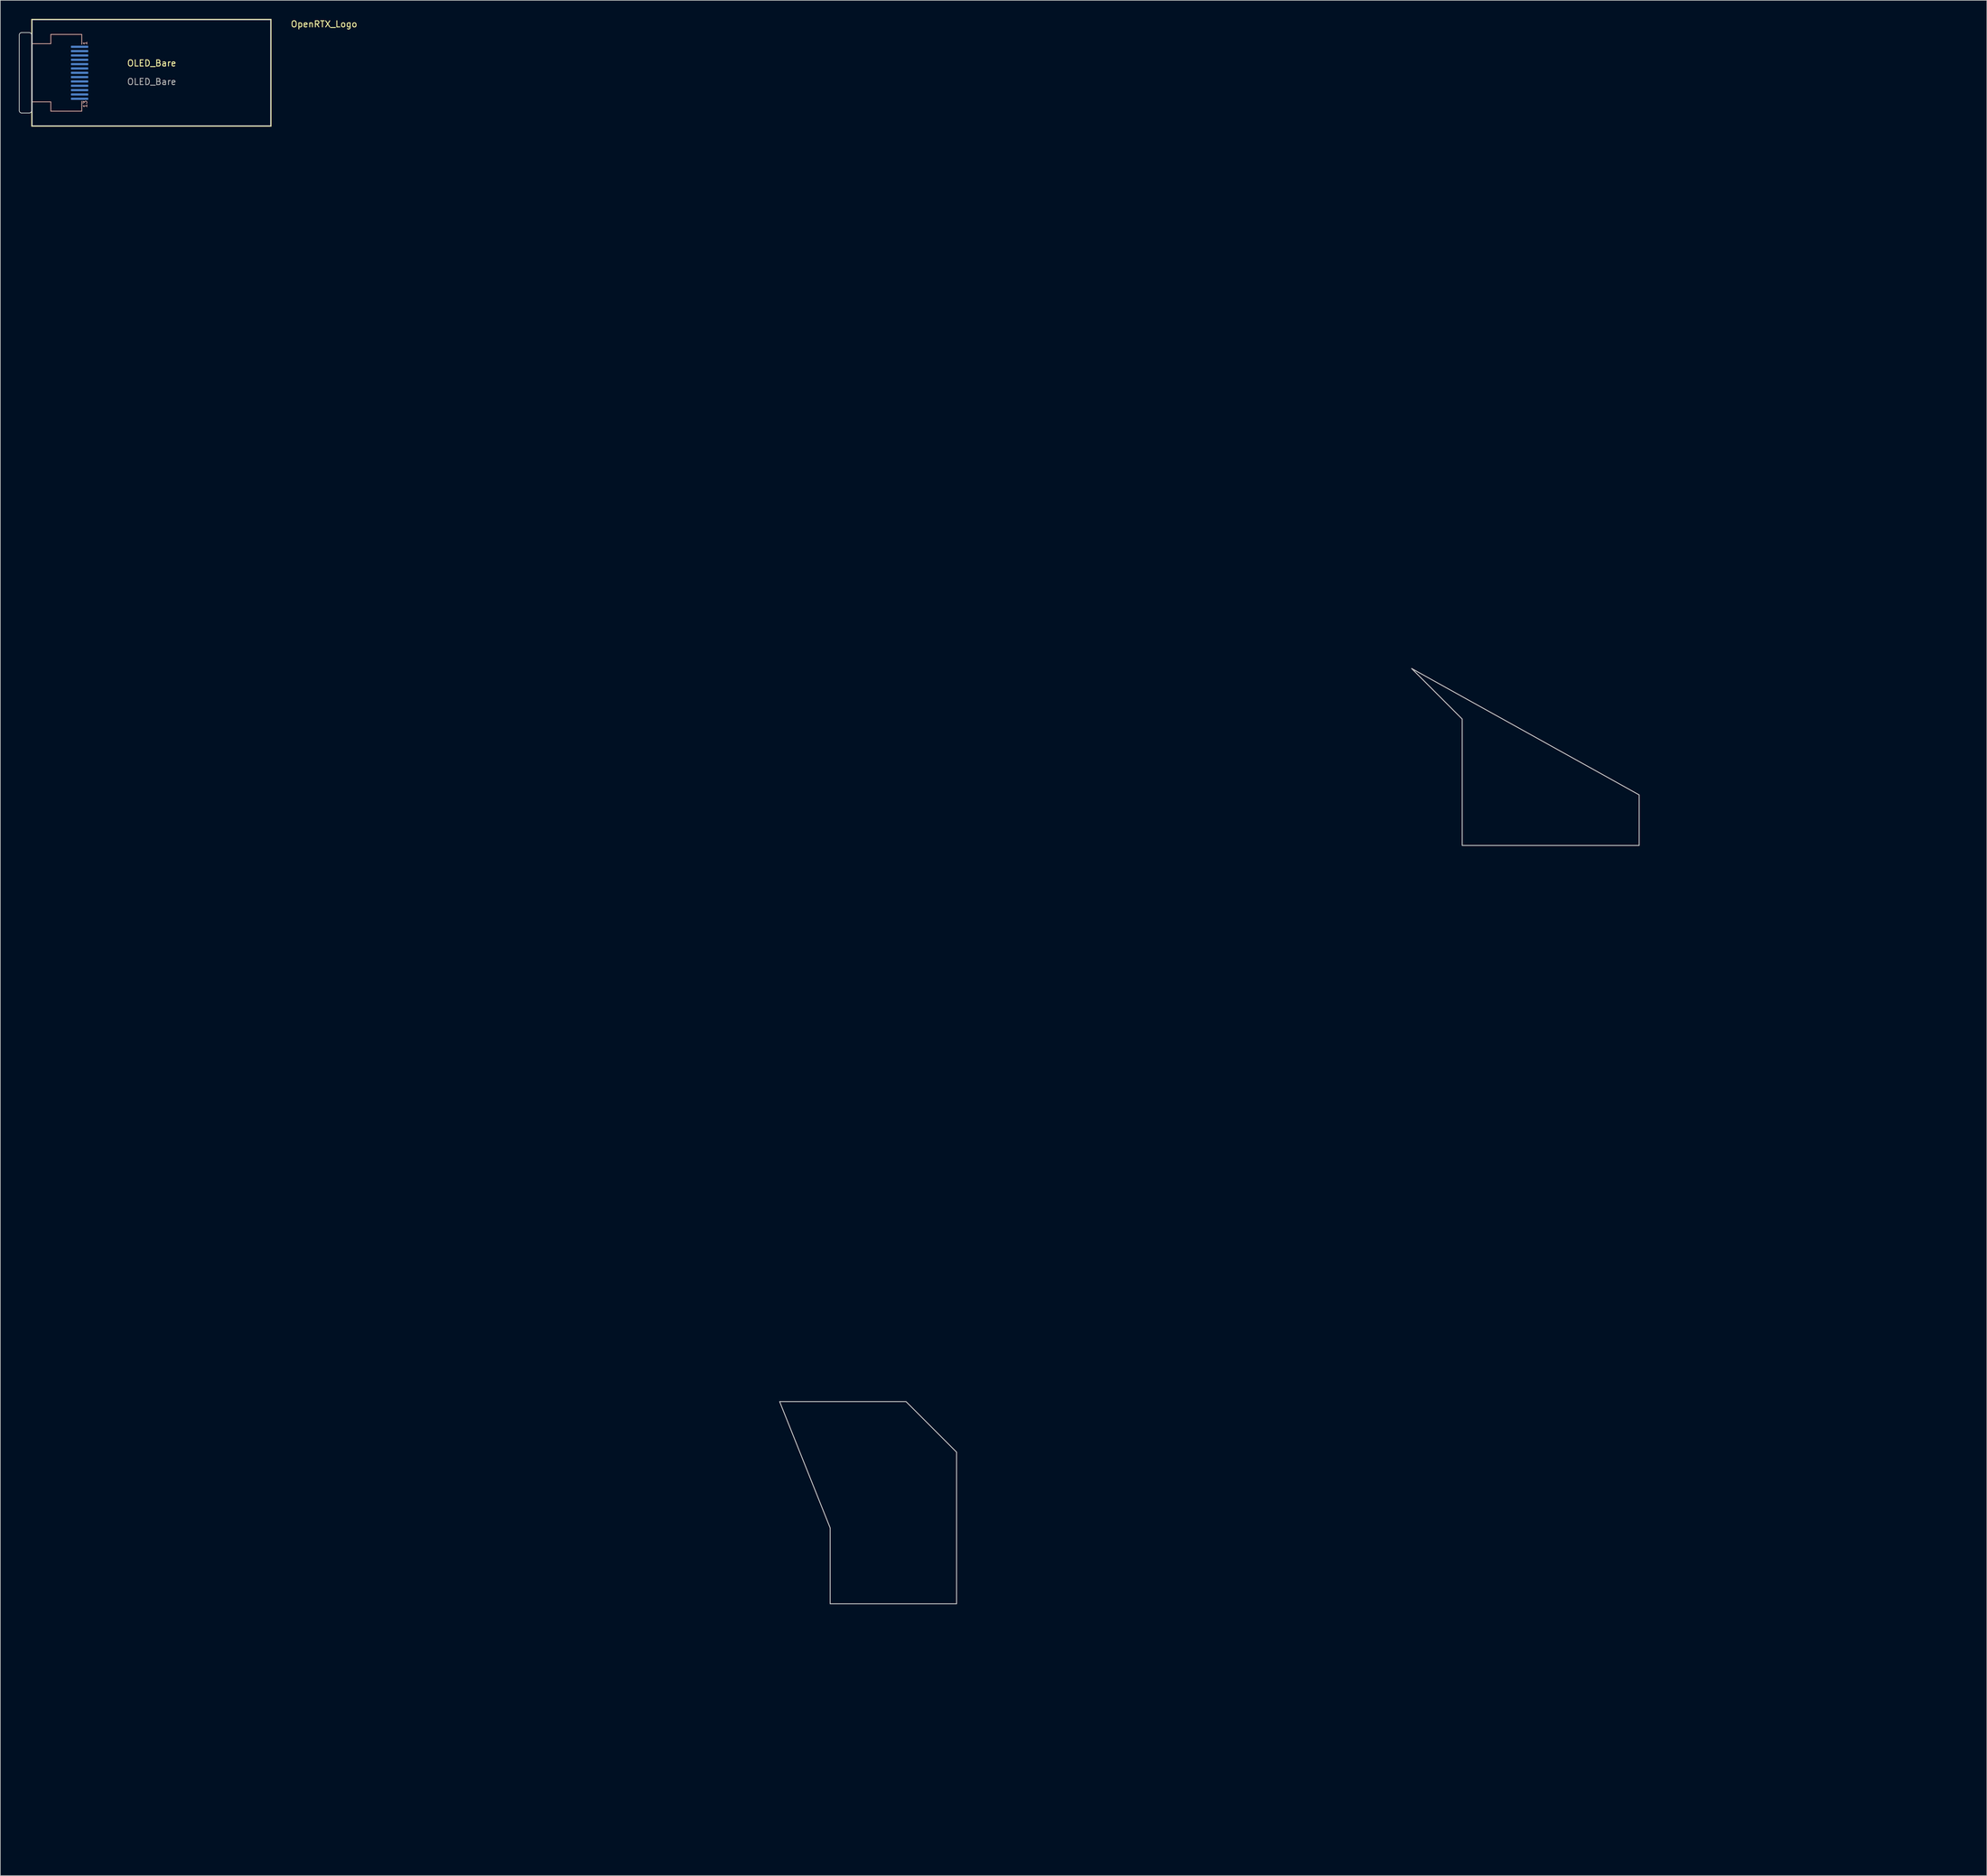
<source format=kicad_pcb>
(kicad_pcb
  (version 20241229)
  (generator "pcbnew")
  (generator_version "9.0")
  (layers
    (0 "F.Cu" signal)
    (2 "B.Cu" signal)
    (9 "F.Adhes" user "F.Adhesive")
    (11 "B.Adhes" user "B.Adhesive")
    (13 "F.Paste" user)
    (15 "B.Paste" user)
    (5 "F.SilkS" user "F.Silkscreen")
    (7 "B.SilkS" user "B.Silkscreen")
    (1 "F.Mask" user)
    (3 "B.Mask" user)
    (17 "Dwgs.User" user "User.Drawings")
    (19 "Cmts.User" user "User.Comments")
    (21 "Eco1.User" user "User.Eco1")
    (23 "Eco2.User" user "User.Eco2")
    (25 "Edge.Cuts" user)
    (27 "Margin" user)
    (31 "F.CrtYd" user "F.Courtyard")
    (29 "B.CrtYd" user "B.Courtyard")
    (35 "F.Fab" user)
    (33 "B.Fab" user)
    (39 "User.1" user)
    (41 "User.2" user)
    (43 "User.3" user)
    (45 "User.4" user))
  (footprint "OLED_Bare"
    (layer "F.Cu")
    (at 21.41 8.71)
    (property "Reference" "OLED_Bare" (at 0.05 -1.55 0) (unlocked yes) (layer "F.SilkS") (effects (font (size 1 1) (thickness 0.15))))
    (attr smd)
    (fp_rect (start -19.35 -8.65) (end 19.35 8.65) (stroke (width 0.12) (type solid)) (fill no) (layer "F.SilkS"))
    (fp_line (start -19.25 -4.7) (end -16.25 -4.7) (stroke (width 0.12) (type solid)) (layer "B.SilkS"))
    (fp_line (start -19.25 4.7) (end -16.25 4.7) (stroke (width 0.12) (type solid)) (layer "B.SilkS"))
    (fp_line (start -16.25 -6.2) (end -11.25 -6.2) (stroke (width 0.12) (type solid)) (layer "B.SilkS"))
    (fp_line (start -16.25 -4.7) (end -16.25 -6.2) (stroke (width 0.12) (type solid)) (layer "B.SilkS"))
    (fp_line (start -16.25 4.7) (end -16.25 6.2) (stroke (width 0.12) (type solid)) (layer "B.SilkS"))
    (fp_line (start -16.25 6.2) (end -11.25 6.2) (stroke (width 0.12) (type solid)) (layer "B.SilkS"))
    (fp_line (start -11.25 -6.2) (end -11.25 -4.6) (stroke (width 0.12) (type solid)) (layer "B.SilkS"))
    (fp_line (start -11.25 6.2) (end -11.25 4.6) (stroke (width 0.12) (type solid)) (layer "B.SilkS"))
    (fp_rect (start -19.25 -8.55) (end 19.25 8.55) (stroke (width 0.12) (type solid)) (fill no) (layer "Dwgs.User"))
    (fp_line (start -21.35 -6.1) (end -21.35 6.1) (stroke (width 0.12) (type solid)) (layer "Edge.Cuts"))
    (fp_line (start -20.95 6.5) (end -19.75 6.5) (stroke (width 0.12) (type solid)) (layer "Edge.Cuts"))
    (fp_line (start -19.75 -6.5) (end -20.95 -6.5) (stroke (width 0.12) (type solid)) (layer "Edge.Cuts"))
    (fp_line (start -19.35 6.1) (end -19.35 -6.1) (stroke (width 0.12) (type solid)) (layer "Edge.Cuts"))
    (fp_arc (start -21.35 -6.1) (mid -21.232843 -6.382843) (end -20.95 -6.5) (stroke (width 0.12) (type solid)) (layer "Edge.Cuts"))
    (fp_arc (start -20.95 6.5) (mid -21.232843 6.382843) (end -21.35 6.1) (stroke (width 0.12) (type solid)) (layer "Edge.Cuts"))
    (fp_arc (start -19.75 -6.5) (mid -19.467157 -6.382843) (end -19.35 -6.1) (stroke (width 0.12) (type solid)) (layer "Edge.Cuts"))
    (fp_arc (start -19.35 6.1) (mid -19.467157 6.382842) (end -19.75 6.5) (stroke (width 0.12) (type solid)) (layer "Edge.Cuts"))
    (fp_text user "1" (at -10.7 -4.8 90) (unlocked yes) (layer "B.SilkS") (effects (font (size 0.6 0.6) (thickness 0.1))))
    (fp_text user "13" (at -10.7 5.05 90) (unlocked yes) (layer "B.SilkS") (effects (font (size 0.6 0.6) (thickness 0.1))))
    (fp_text user "${REFERENCE}" (at 0.05 1.45 0) (unlocked yes) (layer "F.Fab") (effects (font (size 1 1) (thickness 0.15))))
    (pad "1" smd roundrect (at -11.6 -4.2) (size 2.8 0.35) (layers "B.Cu" "B.Mask" "B.Paste") (roundrect_rratio 0.25))
    (pad "2" smd roundrect (at -11.6 -3.5) (size 2.8 0.35) (layers "B.Cu" "B.Mask" "B.Paste") (roundrect_rratio 0.25))
    (pad "3" smd roundrect (at -11.6 -2.8) (size 2.8 0.35) (layers "B.Cu" "B.Mask" "B.Paste") (roundrect_rratio 0.25))
    (pad "4" smd roundrect (at -11.6 -2.1) (size 2.8 0.35) (layers "B.Cu" "B.Mask" "B.Paste") (roundrect_rratio 0.25))
    (pad "5" smd roundrect (at -11.6 -1.4) (size 2.8 0.35) (layers "B.Cu" "B.Mask" "B.Paste") (roundrect_rratio 0.25))
    (pad "6" smd roundrect (at -11.6 -0.7) (size 2.8 0.35) (layers "B.Cu" "B.Mask" "B.Paste") (roundrect_rratio 0.25))
    (pad "7" smd roundrect (at -11.6 0) (size 2.8 0.35) (layers "B.Cu" "B.Mask" "B.Paste") (roundrect_rratio 0.25))
    (pad "8" smd roundrect (at -11.6 0.7) (size 2.8 0.35) (layers "B.Cu" "B.Mask" "B.Paste") (roundrect_rratio 0.25))
    (pad "9" smd roundrect (at -11.6 1.4) (size 2.8 0.35) (layers "B.Cu" "B.Mask" "B.Paste") (roundrect_rratio 0.25))
    (pad "10" smd roundrect (at -11.6 2.1) (size 2.8 0.35) (layers "B.Cu" "B.Mask" "B.Paste") (roundrect_rratio 0.25))
    (pad "11" smd roundrect (at -11.6 2.8) (size 2.8 0.35) (layers "B.Cu" "B.Mask" "B.Paste") (roundrect_rratio 0.25))
    (pad "12" smd roundrect (at -11.6 3.5) (size 2.8 0.35) (layers "B.Cu" "B.Mask" "B.Paste") (roundrect_rratio 0.25))
    (pad "13" smd roundrect (at -11.6 4.2) (size 2.8 0.35) (layers "B.Cu" "B.Mask" "B.Paste") (roundrect_rratio 0.25)))
  (footprint "OpenRTX_Logo"
    (layer "F.Cu")
    (at 49.074 5.852)
    (property "Reference" "OpenRTX_Logo" (at 0.229 -5.004 180) (layer "F.SilkS") (effects (font (size 1 1) (thickness 0.15))))
    (attr through_hole)
    (fp_poly (pts (xy 163.693 217.559) (xy 163.693 221.643) (xy 163.693 225.729) (xy 163.693 258.404) (xy 163.693 291.08) (xy 163.693 258.404) (xy 163.693 225.729) (xy 163.693 221.643) (xy 163.693 217.559)) (stroke (width 0.15) (type solid)) (fill no) (layer "Dwgs.User"))
    (fp_poly (pts (xy 175.947 99.109) (xy 175.947 135.869) (xy 175.947 172.629) (xy 175.947 156.293) (xy 175.947 139.955) (xy 175.947 137.912) (xy 175.947 135.869) (xy 175.947 133.828) (xy 175.947 131.785) (xy 175.947 121.574) (xy 175.947 111.363) (xy 175.947 107.279) (xy 175.947 103.193) (xy 175.947 101.152) (xy 175.947 99.109) (xy 184.117 107.279) (xy 184.117 109.32) (xy 184.117 111.363) (xy 184.117 119.531) (xy 184.117 127.701) (xy 214.75 127.701) (xy 212.707 127.701) (xy 212.707 129.742) (xy 212.707 131.785) (xy 212.707 119.531)) (stroke (width 0.15) (type solid)) (fill no) (layer "Dwgs.User"))
    (fp_poly (pts (xy 73.836 217.559) (xy 73.836 254.318) (xy 73.836 291.08) (xy 73.836 274.742) (xy 73.836 258.404) (xy 73.836 260.445) (xy 73.836 262.488) (xy 73.836 276.783) (xy 73.836 291.08) (xy 73.836 289.037) (xy 73.836 286.994) (xy 73.836 272.699) (xy 73.836 258.404) (xy 73.836 256.361) (xy 73.836 254.318) (xy 73.836 252.277) (xy 73.836 250.234) (xy 73.836 248.193) (xy 73.836 246.15) (xy 73.836 235.939) (xy 73.836 225.729) (xy 73.836 223.686) (xy 73.836 221.643) (xy 73.836 219.602) (xy 73.836 217.559) (xy 94.258 217.559) (xy 102.426 225.729) (xy 102.426 227.77) (xy 102.426 229.813) (xy 102.426 237.98) (xy 102.426 246.15) (xy 102.426 248.193) (xy 102.426 250.234) (xy 98.342 250.234) (xy 82.004 250.234) (xy 82.004 237.98)) (stroke (width 0.15) (type solid)) (fill no) (layer "Dwgs.User"))
    (fp_poly (pts (xy 265.805 99.109) (xy 265.805 135.869) (xy 265.805 172.629) (xy 265.805 144.039) (xy 265.805 115.447) (xy 265.805 119.531) (xy 265.805 123.617) (xy 265.805 127.701) (xy 265.805 131.785) (xy 265.805 133.828) (xy 265.805 135.869) (xy 265.805 139.955) (xy 265.805 144.039) (xy 265.805 148.123) (xy 265.805 152.207) (xy 265.805 154.25) (xy 265.805 156.293) (xy 265.805 160.377) (xy 265.805 164.461) (xy 265.805 168.545) (xy 265.805 172.629) (xy 265.805 135.869) (xy 265.805 99.109) (xy 265.805 127.701) (xy 265.805 156.293) (xy 265.805 152.207) (xy 265.805 148.123) (xy 265.805 144.039) (xy 265.805 139.955) (xy 265.805 137.912) (xy 265.805 135.869) (xy 265.805 131.785) (xy 265.805 127.701) (xy 265.805 123.617) (xy 265.805 119.531) (xy 265.805 117.49) (xy 265.805 115.447) (xy 265.805 111.363) (xy 265.805 107.279) (xy 265.805 103.193) (xy 265.805 99.109)) (stroke (width 0.15) (type solid)) (fill no) (layer "Dwgs.User"))
    (fp_poly (pts (xy 94.258 99.109) (xy 94.258 101.152) (xy 94.258 103.193) (xy 94.258 105.236) (xy 94.258 107.279) (xy 94.258 111.363) (xy 94.258 115.447) (xy 94.258 119.531) (xy 94.258 123.617) (xy 94.258 135.869) (xy 94.258 148.123) (xy 94.258 152.207) (xy 94.258 156.293) (xy 94.258 160.377) (xy 94.258 164.461) (xy 94.258 166.504) (xy 94.258 168.545) (xy 94.258 170.588) (xy 94.258 172.629) (xy 94.258 170.588) (xy 94.258 168.545) (xy 94.258 166.504) (xy 94.258 164.461) (xy 94.258 160.377) (xy 94.258 156.293) (xy 94.258 152.207) (xy 94.258 148.123) (xy 94.258 135.869) (xy 94.258 123.617) (xy 94.258 119.531) (xy 94.258 115.447) (xy 94.258 111.363) (xy 94.258 107.279) (xy 94.258 105.236) (xy 94.258 103.193) (xy 94.258 101.152) (xy 94.258 99.109) (xy 94.258 107.279) (xy 94.258 109.32) (xy 94.258 111.363) (xy 94.258 113.404) (xy 94.258 115.447) (xy 94.258 119.531) (xy 94.258 123.617) (xy 94.258 135.869) (xy 94.258 148.123) (xy 94.258 152.207) (xy 94.258 156.293) (xy 94.258 158.334) (xy 94.258 160.377) (xy 94.258 162.418) (xy 94.258 164.461) (xy 104.469 164.461) (xy 94.258 164.461) (xy 94.258 162.418) (xy 94.258 160.377) (xy 94.258 158.334) (xy 94.258 156.293) (xy 94.258 152.207) (xy 94.258 148.123) (xy 94.258 135.869) (xy 94.258 123.617) (xy 94.258 119.531) (xy 94.258 115.447) (xy 94.258 113.404) (xy 94.258 111.363) (xy 94.258 109.32)) (stroke (width 0.15) (type solid)) (fill no) (layer "Dwgs.User"))
    (fp_poly (pts (xy 249.467 217.559) (xy 249.467 219.602) (xy 249.467 221.643) (xy 249.467 225.729) (xy 249.467 229.813) (xy 249.467 231.855) (xy 249.467 233.896) (xy 249.467 237.98) (xy 249.467 242.066) (xy 249.467 244.107) (xy 249.467 246.15) (xy 249.467 252.277) (xy 249.467 258.404) (xy 249.467 262.488) (xy 249.467 266.572) (xy 249.467 268.615) (xy 249.467 270.656) (xy 249.467 274.742) (xy 249.467 278.826) (xy 249.467 280.869) (xy 249.467 282.91) (xy 249.467 286.994) (xy 249.467 291.08) (xy 249.467 289.037) (xy 249.467 286.994) (xy 249.467 284.953) (xy 249.467 282.91) (xy 249.467 278.826) (xy 249.467 274.742) (xy 249.467 272.699) (xy 249.467 270.656) (xy 249.467 266.572) (xy 249.467 262.488) (xy 249.467 266.572) (xy 249.467 270.656) (xy 249.467 274.742) (xy 249.467 278.826) (xy 249.467 280.869) (xy 249.467 282.91) (xy 249.467 286.994) (xy 249.467 291.08) (xy 249.467 289.037) (xy 249.467 286.994) (xy 249.467 282.91) (xy 249.467 278.826) (xy 249.467 276.783) (xy 249.467 274.742) (xy 249.467 270.656) (xy 249.467 266.572) (xy 249.467 264.531) (xy 249.467 262.488) (xy 249.467 258.404) (xy 249.467 254.318) (xy 249.467 252.277) (xy 249.467 250.234) (xy 249.467 248.193) (xy 249.467 246.15) (xy 249.467 242.066) (xy 249.467 237.98) (xy 249.467 235.939) (xy 249.467 233.896) (xy 249.467 229.813) (xy 249.467 225.729) (xy 249.467 223.686) (xy 249.467 221.643) (xy 249.467 219.602) (xy 249.467 217.559) (xy 249.467 219.602) (xy 249.467 221.643) (xy 249.467 225.729) (xy 249.467 229.813) (xy 249.467 233.896) (xy 249.467 237.98) (xy 249.467 240.023) (xy 249.467 242.066) (xy 249.467 240.023) (xy 249.467 237.98) (xy 249.467 233.896) (xy 249.467 229.813) (xy 249.467 227.77) (xy 249.467 225.729) (xy 249.467 221.643) (xy 249.467 217.559)) (stroke (width 0.15) (type solid)) (fill no) (layer "Dwgs.User")))
  (gr_rect
    (start -3 -3)
    (end 317.954 300.007)
    (stroke (width 0.1) (type default))
    (fill no)
    (layer "Edge.Cuts")))
</source>
